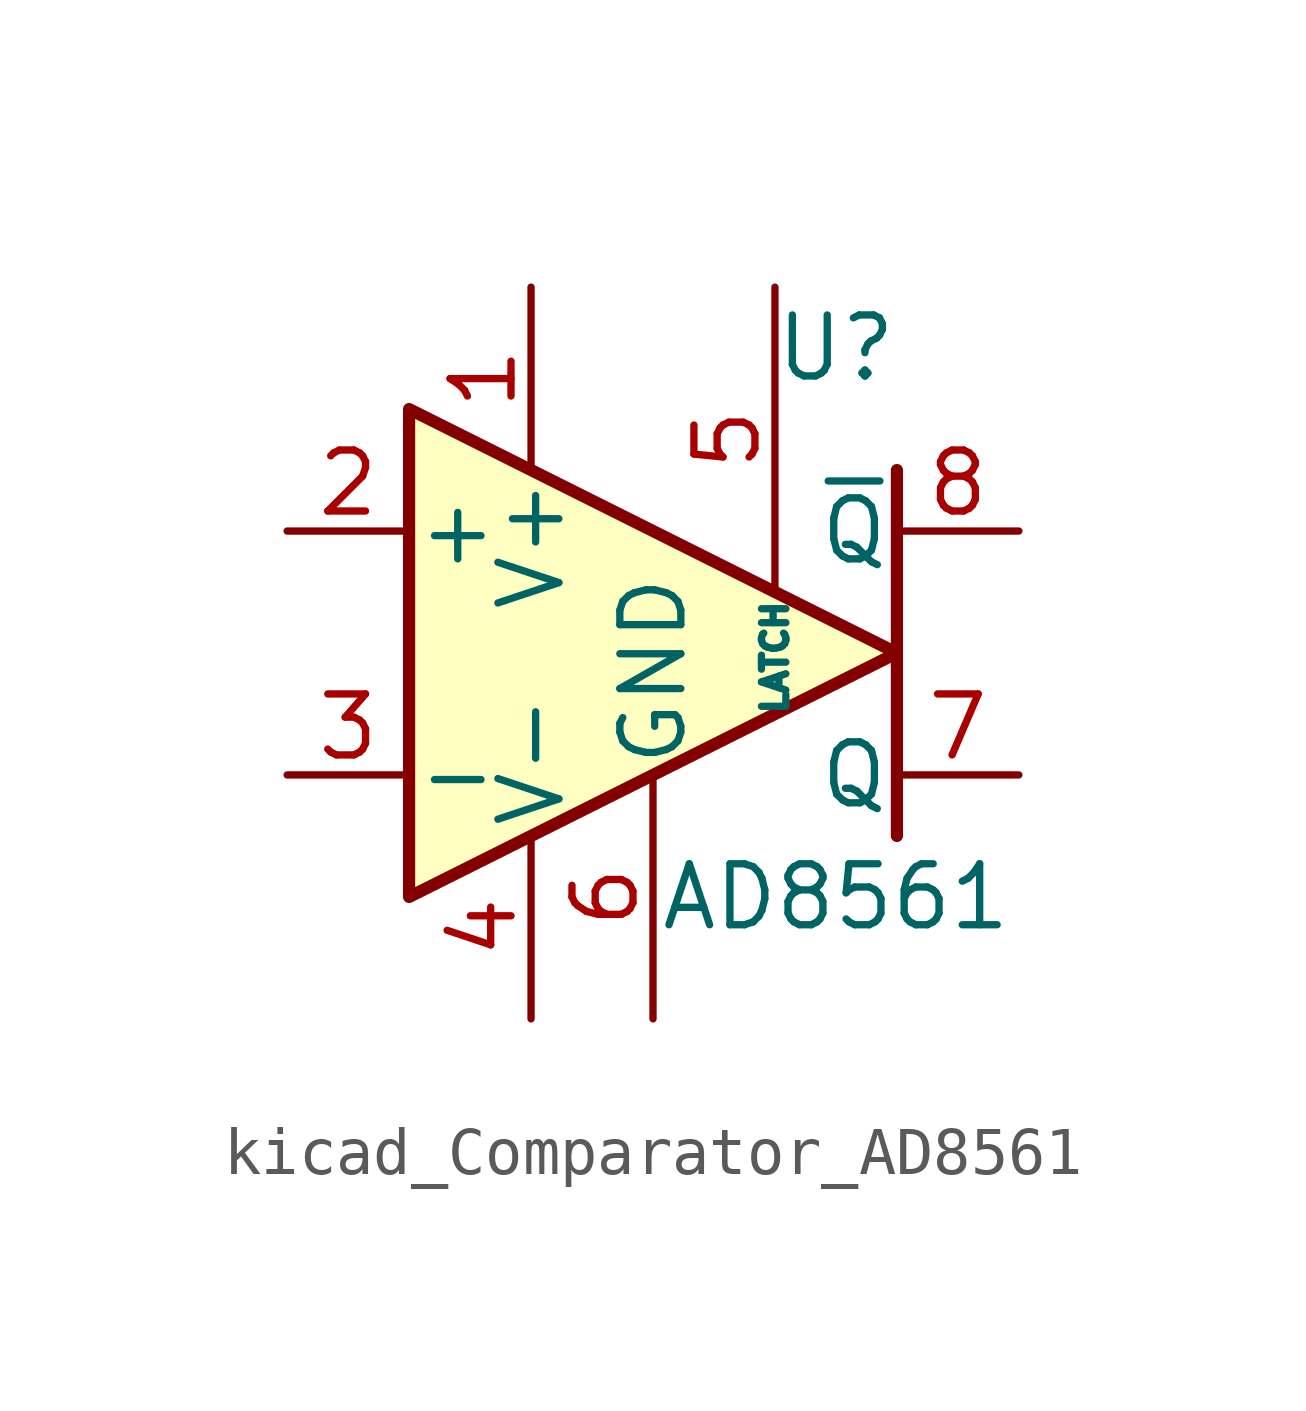
<source format=kicad_sym>
(kicad_symbol_lib
  (version 20220914)
  (generator kicad_symbol_editor)
  (symbol "kicad_Comparator_AD8561"
    (pin_names
      (offset 0.127))
    (property "Reference" "U"
      (at 3.81 6.35 0)
      (effects (font (size 1.27 1.27))))
    (property "Value" "AD8561"
      (at 3.81 -5.08 0)
      (effects (font (size 1.27 1.27))))
    (symbol "kicad_Comparator_AD8561_0_1"
      (polyline (pts (xy 5.08 3.81) (xy 5.08 -3.81)) (stroke (width 0.254) (type default)) (fill (type none)))
      (polyline (pts (xy -5.08 5.08) (xy 5.08 0) (xy -5.08 -5.08) (xy -5.08 5.08)) (stroke (width 0.254) (type default)) (fill (type background))))
    (symbol "kicad_Comparator_AD8561_1_1"
      (pin power_in line (at -2.54 7.62 270) (length 3.81) (name "V+" (effects (font (size 1.27 1.27)))) (number "1" (effects (font (size 1.27 1.27)))))
      (pin input line (at -7.62 2.54 0) (length 2.54) (name "+" (effects (font (size 1.27 1.27)))) (number "2" (effects (font (size 1.27 1.27)))))
      (pin input line (at -7.62 -2.54 0) (length 2.54) (name "-" (effects (font (size 1.27 1.27)))) (number "3" (effects (font (size 1.27 1.27)))))
      (pin power_in line (at -2.54 -7.62 90) (length 3.81) (name "V-" (effects (font (size 1.27 1.27)))) (number "4" (effects (font (size 1.27 1.27)))))
      (pin input line (at 2.54 7.62 270) (length 6.35) (name "LATCH" (effects (font (size 0.508 0.508)))) (number "5" (effects (font (size 1.27 1.27)))))
      (pin power_in line (at 0 -7.62 90) (length 5.08) (name "GND" (effects (font (size 1.27 1.27)))) (number "6" (effects (font (size 1.27 1.27)))))
      (pin output line (at 7.62 -2.54 180) (length 2.54) (name "Q" (effects (font (size 1.27 1.27)))) (number "7" (effects (font (size 1.27 1.27)))))
      (pin output line (at 7.62 2.54 180) (length 2.54) (name "~{Q}" (effects (font (size 1.27 1.27)))) (number "8" (effects (font (size 1.27 1.27))))))))
</source>
